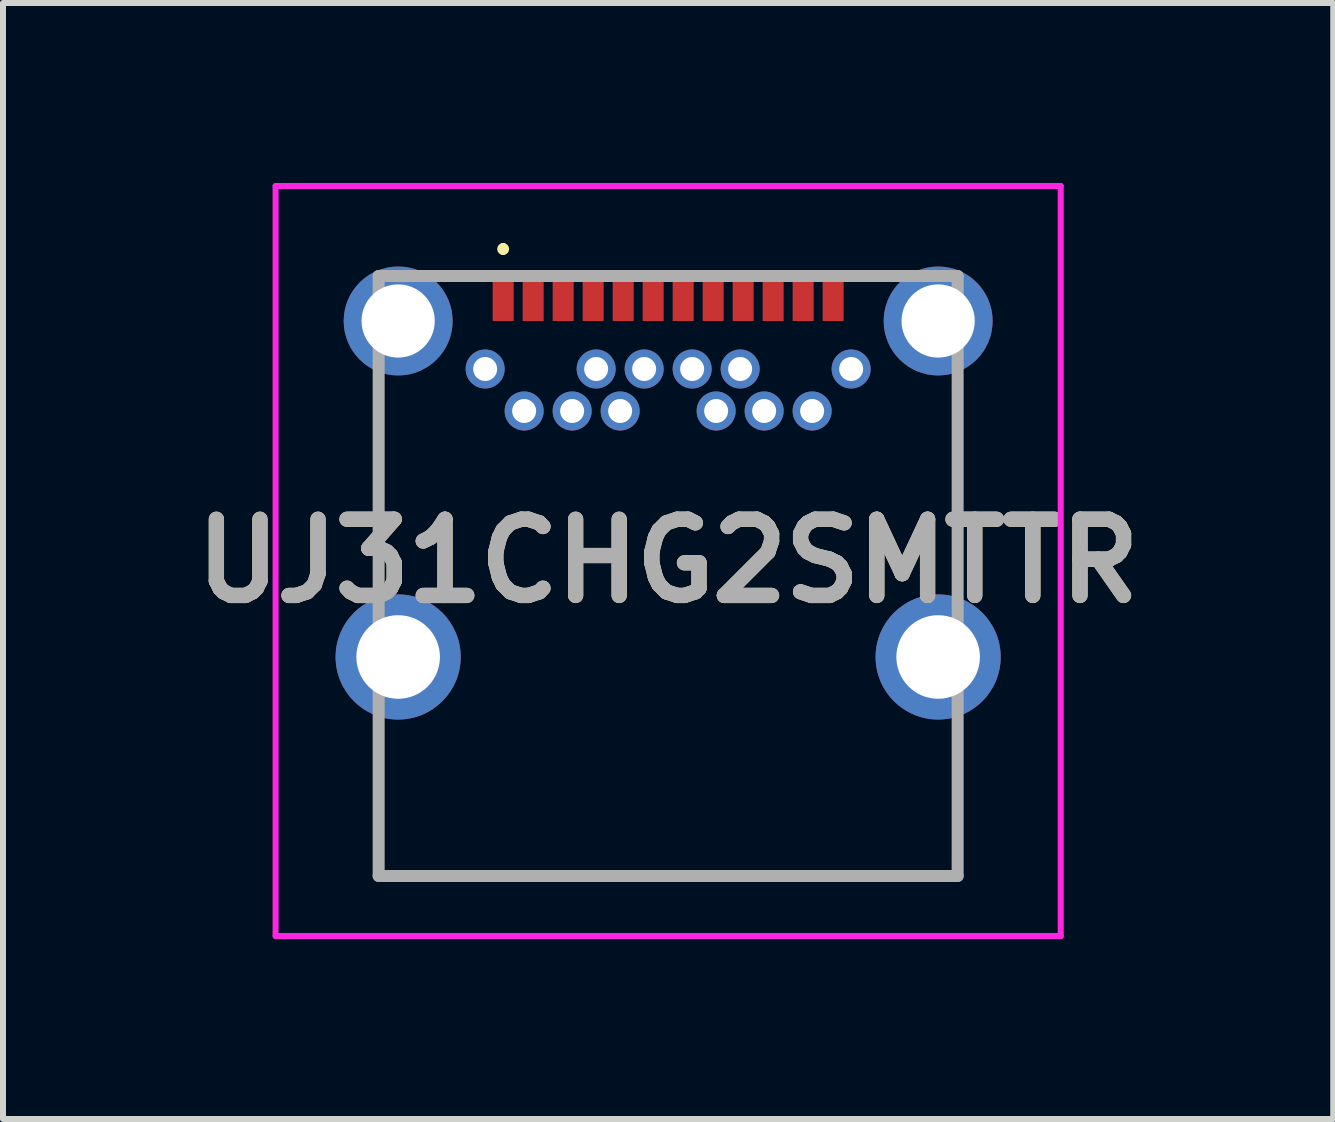
<source format=kicad_pcb>
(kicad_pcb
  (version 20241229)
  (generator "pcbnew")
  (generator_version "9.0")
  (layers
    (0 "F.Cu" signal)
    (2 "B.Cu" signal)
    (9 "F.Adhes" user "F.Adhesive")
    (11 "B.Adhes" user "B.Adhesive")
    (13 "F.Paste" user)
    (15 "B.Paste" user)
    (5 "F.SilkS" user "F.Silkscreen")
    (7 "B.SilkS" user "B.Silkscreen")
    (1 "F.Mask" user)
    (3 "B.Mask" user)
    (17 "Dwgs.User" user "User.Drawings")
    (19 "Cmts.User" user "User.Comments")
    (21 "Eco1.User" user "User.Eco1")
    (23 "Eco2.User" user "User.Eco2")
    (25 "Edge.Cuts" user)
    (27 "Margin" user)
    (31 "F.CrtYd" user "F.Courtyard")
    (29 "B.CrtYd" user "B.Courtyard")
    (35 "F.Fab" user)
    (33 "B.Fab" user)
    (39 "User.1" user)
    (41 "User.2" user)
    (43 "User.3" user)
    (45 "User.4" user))
  (footprint "UJ31CHG2SMTTR"
    (layer "F.Cu")
    (at 8.086 7.9)
    (property "Reference" "UJ31CHG2SMTTR" (at 0 -1.6 0) (layer "F.SilkS") (effects (font (size 1.27 1.27) (thickness 0.254))))
    (attr through_hole)
    (fp_line (start -4.825 -4.35) (end -4.825 -1.35) (stroke (width 0.1) (type solid)) (layer "F.SilkS"))
    (fp_line (start -4.825 1.25) (end -4.825 3.65) (stroke (width 0.1) (type solid)) (layer "F.SilkS"))
    (fp_line (start -4.825 3.65) (end 4.825 3.65) (stroke (width 0.1) (type solid)) (layer "F.SilkS"))
    (fp_line (start -2.75 -6.85) (end -2.75 -6.85) (stroke (width 0.1) (type solid)) (layer "F.SilkS"))
    (fp_line (start -2.75 -6.75) (end -2.75 -6.75) (stroke (width 0.1) (type solid)) (layer "F.SilkS"))
    (fp_line (start 4.825 -4.1) (end 4.825 -1.35) (stroke (width 0.1) (type solid)) (layer "F.SilkS"))
    (fp_line (start 4.825 3.65) (end 4.825 1.25) (stroke (width 0.1) (type solid)) (layer "F.SilkS"))
    (fp_arc (start -2.75 -6.85) (mid -2.7 -6.8) (end -2.75 -6.75) (stroke (width 0.1) (type solid)) (layer "F.SilkS"))
    (fp_arc (start -2.75 -6.75) (mid -2.8 -6.8) (end -2.75 -6.85) (stroke (width 0.1) (type solid)) (layer "F.SilkS"))
    (fp_line (start -6.543 -7.85) (end 6.543 -7.85) (stroke (width 0.1) (type solid)) (layer "F.CrtYd"))
    (fp_line (start -6.543 4.65) (end -6.543 -7.85) (stroke (width 0.1) (type solid)) (layer "F.CrtYd"))
    (fp_line (start 6.543 -7.85) (end 6.543 4.65) (stroke (width 0.1) (type solid)) (layer "F.CrtYd"))
    (fp_line (start 6.543 4.65) (end -6.543 4.65) (stroke (width 0.1) (type solid)) (layer "F.CrtYd"))
    (fp_line (start -4.825 -6.35) (end 4.825 -6.35) (stroke (width 0.2) (type solid)) (layer "F.Fab"))
    (fp_line (start -4.825 3.65) (end -4.825 -6.35) (stroke (width 0.2) (type solid)) (layer "F.Fab"))
    (fp_line (start 4.825 -6.35) (end 4.825 3.65) (stroke (width 0.2) (type solid)) (layer "F.Fab"))
    (fp_line (start 4.825 3.65) (end -4.825 3.65) (stroke (width 0.2) (type solid)) (layer "F.Fab"))
    (fp_text user "${REFERENCE}" (at 0 -1.6 0) (layer "F.Fab") (effects (font (size 1.27 1.27) (thickness 0.254))))
    (pad "" np_thru_hole circle (at -3.725 -4.1) (size 0.001 0.001) (drill 0.65) (layers "*.Cu" "*.Mask"))
    (pad "" np_thru_hole circle (at 3.725 -4.1) (size 0.001 0.001) (drill 1.15) (layers "*.Cu" "*.Mask"))
    (pad "A1" smd rect (at -2.75 -5.95) (size 0.35 0.7) (layers "F.Cu" "F.Mask" "F.Paste"))
    (pad "A2" smd rect (at -2.25 -5.95) (size 0.35 0.7) (layers "F.Cu" "F.Mask" "F.Paste"))
    (pad "A3" smd rect (at -1.75 -5.95) (size 0.35 0.7) (layers "F.Cu" "F.Mask" "F.Paste"))
    (pad "A4" smd rect (at -1.25 -5.95) (size 0.35 0.7) (layers "F.Cu" "F.Mask" "F.Paste"))
    (pad "A5" smd rect (at -0.75 -5.95) (size 0.35 0.7) (layers "F.Cu" "F.Mask" "F.Paste"))
    (pad "A6" smd rect (at -0.25 -5.95) (size 0.35 0.7) (layers "F.Cu" "F.Mask" "F.Paste"))
    (pad "A7" smd rect (at 0.25 -5.95) (size 0.35 0.7) (layers "F.Cu" "F.Mask" "F.Paste"))
    (pad "A8" smd rect (at 0.75 -5.95) (size 0.35 0.7) (layers "F.Cu" "F.Mask" "F.Paste"))
    (pad "A9" smd rect (at 1.25 -5.95) (size 0.35 0.7) (layers "F.Cu" "F.Mask" "F.Paste"))
    (pad "A10" smd rect (at 1.75 -5.95) (size 0.35 0.7) (layers "F.Cu" "F.Mask" "F.Paste"))
    (pad "A11" smd rect (at 2.25 -5.95) (size 0.35 0.7) (layers "F.Cu" "F.Mask" "F.Paste"))
    (pad "A12" smd rect (at 2.75 -5.95) (size 0.35 0.7) (layers "F.Cu" "F.Mask" "F.Paste"))
    (pad "B1" thru_hole circle (at 3.05 -4.8) (size 0.65 0.65) (drill 0.4) (layers "*.Cu" "*.Mask"))
    (pad "B2" thru_hole circle (at 2.4 -4.1) (size 0.65 0.65) (drill 0.4) (layers "*.Cu" "*.Mask"))
    (pad "B3" thru_hole circle (at 1.6 -4.1) (size 0.65 0.65) (drill 0.4) (layers "*.Cu" "*.Mask"))
    (pad "B4" thru_hole circle (at 1.2 -4.8) (size 0.65 0.65) (drill 0.4) (layers "*.Cu" "*.Mask"))
    (pad "B5" thru_hole circle (at 0.8 -4.1) (size 0.65 0.65) (drill 0.4) (layers "*.Cu" "*.Mask"))
    (pad "B6" thru_hole circle (at 0.4 -4.8) (size 0.65 0.65) (drill 0.4) (layers "*.Cu" "*.Mask"))
    (pad "B7" thru_hole circle (at -0.4 -4.8) (size 0.65 0.65) (drill 0.4) (layers "*.Cu" "*.Mask"))
    (pad "B8" thru_hole circle (at -0.8 -4.1) (size 0.65 0.65) (drill 0.4) (layers "*.Cu" "*.Mask"))
    (pad "B9" thru_hole circle (at -1.2 -4.8) (size 0.65 0.65) (drill 0.4) (layers "*.Cu" "*.Mask"))
    (pad "B10" thru_hole circle (at -1.6 -4.1) (size 0.65 0.65) (drill 0.4) (layers "*.Cu" "*.Mask"))
    (pad "B11" thru_hole circle (at -2.4 -4.1) (size 0.65 0.65) (drill 0.4) (layers "*.Cu" "*.Mask"))
    (pad "B12" thru_hole circle (at -3.05 -4.8) (size 0.65 0.65) (drill 0.4) (layers "*.Cu" "*.Mask"))
    (pad "S1" thru_hole circle (at -4.5 -5.6) (size 1.815 1.815) (drill 1.22) (layers "*.Cu" "*.Mask"))
    (pad "S2" thru_hole circle (at -4.5 0) (size 2.085 2.085) (drill 1.393) (layers "*.Cu" "*.Mask"))
    (pad "S3" thru_hole circle (at 4.5 0) (size 2.085 2.085) (drill 1.393) (layers "*.Cu" "*.Mask"))
    (pad "S4" thru_hole circle (at 4.5 -5.6) (size 1.815 1.815) (drill 1.22) (layers "*.Cu" "*.Mask")))
  (gr_rect
    (start -3 -3)
    (end 19.171 15.6)
    (stroke (width 0.1) (type default))
    (fill no)
    (layer "Edge.Cuts")))
</source>
